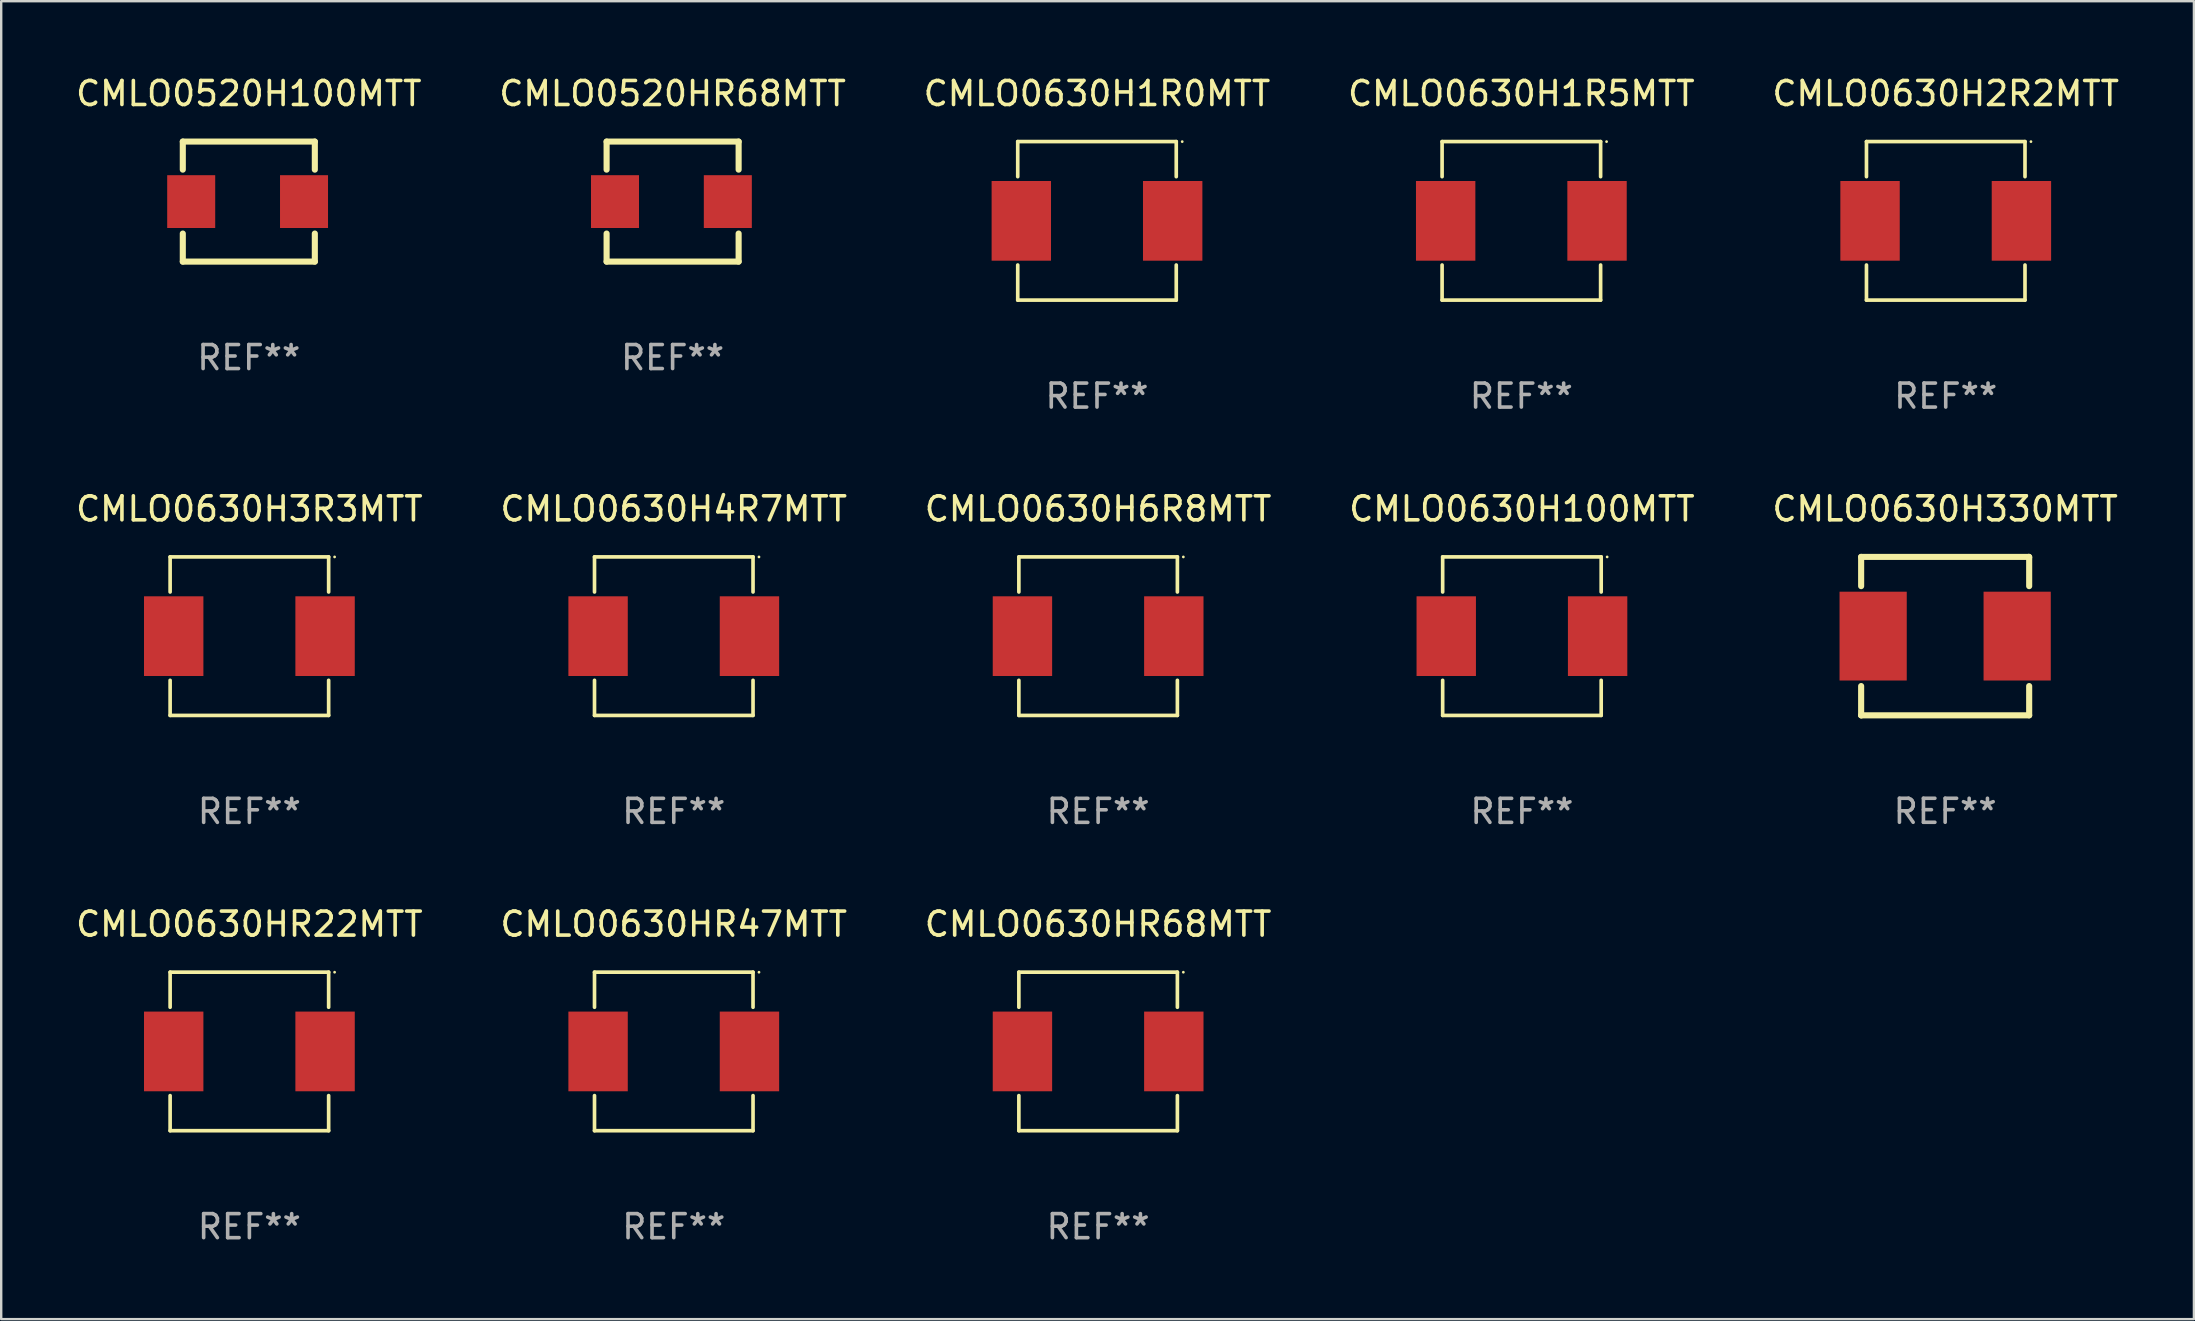
<source format=kicad_pcb>
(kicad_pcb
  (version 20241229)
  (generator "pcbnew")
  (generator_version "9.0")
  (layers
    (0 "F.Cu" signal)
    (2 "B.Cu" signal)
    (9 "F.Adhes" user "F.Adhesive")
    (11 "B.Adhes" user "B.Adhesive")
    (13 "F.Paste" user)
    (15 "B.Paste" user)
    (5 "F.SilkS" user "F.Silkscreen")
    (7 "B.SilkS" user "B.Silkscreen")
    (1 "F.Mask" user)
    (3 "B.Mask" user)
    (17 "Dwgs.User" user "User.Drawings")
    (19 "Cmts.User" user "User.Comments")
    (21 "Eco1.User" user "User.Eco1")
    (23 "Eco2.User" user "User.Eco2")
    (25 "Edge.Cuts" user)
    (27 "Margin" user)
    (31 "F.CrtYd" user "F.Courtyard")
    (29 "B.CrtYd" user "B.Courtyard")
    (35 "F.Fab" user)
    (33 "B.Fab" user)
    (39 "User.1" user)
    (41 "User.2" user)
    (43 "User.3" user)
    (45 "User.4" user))
  (footprint "CMLO0520H100MTT"
    (layer "F.Cu")
    (at 7.315 5.348)
    (property "Reference" "CMLO0520H100MTT" (at 0 -4.5 0) (layer "F.SilkS") (effects (font (size 1 1) (thickness 0.15))))
    (attr through_hole)
    (fp_line (start -2.75 -2.5) (end 2.75 -2.5) (stroke (width 0.254) (type solid)) (layer "F.SilkS"))
    (fp_line (start -2.75 -1.331) (end -2.75 -2.5) (stroke (width 0.254) (type solid)) (layer "F.SilkS"))
    (fp_line (start -2.75 2.5) (end -2.75 1.331) (stroke (width 0.254) (type solid)) (layer "F.SilkS"))
    (fp_line (start 2.75 -1.331) (end 2.75 -2.5) (stroke (width 0.254) (type solid)) (layer "F.SilkS"))
    (fp_line (start 2.75 2.5) (end -2.75 2.5) (stroke (width 0.254) (type solid)) (layer "F.SilkS"))
    (fp_line (start 2.75 2.5) (end 2.75 1.331) (stroke (width 0.254) (type solid)) (layer "F.SilkS"))
    (fp_circle (center -2.8 2.5) (end -2.77 2.5) (stroke (width 0.06) (type solid)) (fill no) (layer "F.SilkS"))
    (fp_text user "REF**" (at 0 6.5 0) (layer "F.Fab") (effects (font (size 1 1) (thickness 0.15))))
    (pad "1" smd rect (at -2.4 0 90) (size 2.2 2) (layers "F.Cu" "F.Mask" "F.Paste"))
    (pad "2" smd rect (at 2.3 0 90) (size 2.2 2) (layers "F.Cu" "F.Mask" "F.Paste")))
  (footprint "CMLO0630H1R5MTT"
    (layer "F.Cu")
    (at 60.327 6.15)
    (property "Reference" "CMLO0630H1R5MTT" (at 0 -5.302 0) (layer "F.SilkS") (effects (font (size 1 1) (thickness 0.15))))
    (attr through_hole)
    (fp_line (start -3.302 -3.302) (end -3.302 -1.84) (stroke (width 0.152) (type solid)) (layer "F.SilkS"))
    (fp_line (start -3.302 1.84) (end -3.302 3.302) (stroke (width 0.152) (type solid)) (layer "F.SilkS"))
    (fp_line (start -3.302 3.302) (end 3.302 3.302) (stroke (width 0.152) (type solid)) (layer "F.SilkS"))
    (fp_line (start 3.302 -3.302) (end -3.302 -3.302) (stroke (width 0.152) (type solid)) (layer "F.SilkS"))
    (fp_line (start 3.302 -1.84) (end 3.302 -3.302) (stroke (width 0.152) (type solid)) (layer "F.SilkS"))
    (fp_line (start 3.302 3.302) (end 3.302 1.84) (stroke (width 0.152) (type solid)) (layer "F.SilkS"))
    (fp_circle (center 3.55 -3.3) (end 3.58 -3.3) (stroke (width 0.06) (type solid)) (fill no) (layer "F.SilkS"))
    (fp_text user "REF**" (at 0 7.302 0) (layer "F.Fab") (effects (font (size 1 1) (thickness 0.15))))
    (pad "1" smd rect (at 3.153 0) (size 2.474 3.32) (layers "F.Cu" "F.Mask" "F.Paste"))
    (pad "2" smd rect (at -3.153 0) (size 2.474 3.32) (layers "F.Cu" "F.Mask" "F.Paste")))
  (footprint "CMLO0630HR22MTT"
    (layer "F.Cu")
    (at 7.339 40.751)
    (property "Reference" "CMLO0630HR22MTT" (at 0 -5.302 0) (layer "F.SilkS") (effects (font (size 1 1) (thickness 0.15))))
    (attr through_hole)
    (fp_line (start -3.302 -3.302) (end -3.302 -1.84) (stroke (width 0.152) (type solid)) (layer "F.SilkS"))
    (fp_line (start -3.302 1.84) (end -3.302 3.302) (stroke (width 0.152) (type solid)) (layer "F.SilkS"))
    (fp_line (start -3.302 3.302) (end 3.302 3.302) (stroke (width 0.152) (type solid)) (layer "F.SilkS"))
    (fp_line (start 3.302 -3.302) (end -3.302 -3.302) (stroke (width 0.152) (type solid)) (layer "F.SilkS"))
    (fp_line (start 3.302 -1.84) (end 3.302 -3.302) (stroke (width 0.152) (type solid)) (layer "F.SilkS"))
    (fp_line (start 3.302 3.302) (end 3.302 1.84) (stroke (width 0.152) (type solid)) (layer "F.SilkS"))
    (fp_circle (center 3.55 -3.3) (end 3.58 -3.3) (stroke (width 0.06) (type solid)) (fill no) (layer "F.SilkS"))
    (fp_text user "REF**" (at 0 7.302 0) (layer "F.Fab") (effects (font (size 1 1) (thickness 0.15))))
    (pad "1" smd rect (at 3.153 0) (size 2.474 3.32) (layers "F.Cu" "F.Mask" "F.Paste"))
    (pad "2" smd rect (at -3.153 0) (size 2.474 3.32) (layers "F.Cu" "F.Mask" "F.Paste")))
  (footprint "CMLO0630H4R7MTT"
    (layer "F.Cu")
    (at 25.018 23.451)
    (property "Reference" "CMLO0630H4R7MTT" (at 0 -5.302 0) (layer "F.SilkS") (effects (font (size 1 1) (thickness 0.15))))
    (attr through_hole)
    (fp_line (start -3.302 -3.302) (end -3.302 -1.84) (stroke (width 0.152) (type solid)) (layer "F.SilkS"))
    (fp_line (start -3.302 1.84) (end -3.302 3.302) (stroke (width 0.152) (type solid)) (layer "F.SilkS"))
    (fp_line (start -3.302 3.302) (end 3.302 3.302) (stroke (width 0.152) (type solid)) (layer "F.SilkS"))
    (fp_line (start 3.302 -3.302) (end -3.302 -3.302) (stroke (width 0.152) (type solid)) (layer "F.SilkS"))
    (fp_line (start 3.302 -1.84) (end 3.302 -3.302) (stroke (width 0.152) (type solid)) (layer "F.SilkS"))
    (fp_line (start 3.302 3.302) (end 3.302 1.84) (stroke (width 0.152) (type solid)) (layer "F.SilkS"))
    (fp_circle (center 3.55 -3.3) (end 3.58 -3.3) (stroke (width 0.06) (type solid)) (fill no) (layer "F.SilkS"))
    (fp_text user "REF**" (at 0 7.302 0) (layer "F.Fab") (effects (font (size 1 1) (thickness 0.15))))
    (pad "1" smd rect (at 3.153 0) (size 2.474 3.32) (layers "F.Cu" "F.Mask" "F.Paste"))
    (pad "2" smd rect (at -3.153 0) (size 2.474 3.32) (layers "F.Cu" "F.Mask" "F.Paste")))
  (footprint "CMLO0520HR68MTT"
    (layer "F.Cu")
    (at 24.97 5.348)
    (property "Reference" "CMLO0520HR68MTT" (at 0 -4.5 0) (layer "F.SilkS") (effects (font (size 1 1) (thickness 0.15))))
    (attr through_hole)
    (fp_line (start -2.75 -2.5) (end 2.75 -2.5) (stroke (width 0.254) (type solid)) (layer "F.SilkS"))
    (fp_line (start -2.75 -1.331) (end -2.75 -2.5) (stroke (width 0.254) (type solid)) (layer "F.SilkS"))
    (fp_line (start -2.75 2.5) (end -2.75 1.331) (stroke (width 0.254) (type solid)) (layer "F.SilkS"))
    (fp_line (start 2.75 -1.331) (end 2.75 -2.5) (stroke (width 0.254) (type solid)) (layer "F.SilkS"))
    (fp_line (start 2.75 2.5) (end -2.75 2.5) (stroke (width 0.254) (type solid)) (layer "F.SilkS"))
    (fp_line (start 2.75 2.5) (end 2.75 1.331) (stroke (width 0.254) (type solid)) (layer "F.SilkS"))
    (fp_circle (center -2.8 2.5) (end -2.77 2.5) (stroke (width 0.06) (type solid)) (fill no) (layer "F.SilkS"))
    (fp_text user "REF**" (at 0 6.5 0) (layer "F.Fab") (effects (font (size 1 1) (thickness 0.15))))
    (pad "1" smd rect (at -2.4 0 90) (size 2.2 2) (layers "F.Cu" "F.Mask" "F.Paste"))
    (pad "2" smd rect (at 2.3 0 90) (size 2.2 2) (layers "F.Cu" "F.Mask" "F.Paste")))
  (footprint "CMLO0630H2R2MTT"
    (layer "F.Cu")
    (at 78.006 6.15)
    (property "Reference" "CMLO0630H2R2MTT" (at 0 -5.302 0) (layer "F.SilkS") (effects (font (size 1 1) (thickness 0.15))))
    (attr through_hole)
    (fp_line (start -3.302 -3.302) (end -3.302 -1.84) (stroke (width 0.152) (type solid)) (layer "F.SilkS"))
    (fp_line (start -3.302 1.84) (end -3.302 3.302) (stroke (width 0.152) (type solid)) (layer "F.SilkS"))
    (fp_line (start -3.302 3.302) (end 3.302 3.302) (stroke (width 0.152) (type solid)) (layer "F.SilkS"))
    (fp_line (start 3.302 -3.302) (end -3.302 -3.302) (stroke (width 0.152) (type solid)) (layer "F.SilkS"))
    (fp_line (start 3.302 -1.84) (end 3.302 -3.302) (stroke (width 0.152) (type solid)) (layer "F.SilkS"))
    (fp_line (start 3.302 3.302) (end 3.302 1.84) (stroke (width 0.152) (type solid)) (layer "F.SilkS"))
    (fp_circle (center 3.55 -3.3) (end 3.58 -3.3) (stroke (width 0.06) (type solid)) (fill no) (layer "F.SilkS"))
    (fp_text user "REF**" (at 0 7.302 0) (layer "F.Fab") (effects (font (size 1 1) (thickness 0.15))))
    (pad "1" smd rect (at 3.153 0) (size 2.474 3.32) (layers "F.Cu" "F.Mask" "F.Paste"))
    (pad "2" smd rect (at -3.153 0) (size 2.474 3.32) (layers "F.Cu" "F.Mask" "F.Paste")))
  (footprint "CMLO0630HR47MTT"
    (layer "F.Cu")
    (at 25.018 40.751)
    (property "Reference" "CMLO0630HR47MTT" (at 0 -5.302 0) (layer "F.SilkS") (effects (font (size 1 1) (thickness 0.15))))
    (attr through_hole)
    (fp_line (start -3.302 -3.302) (end -3.302 -1.84) (stroke (width 0.152) (type solid)) (layer "F.SilkS"))
    (fp_line (start -3.302 1.84) (end -3.302 3.302) (stroke (width 0.152) (type solid)) (layer "F.SilkS"))
    (fp_line (start -3.302 3.302) (end 3.302 3.302) (stroke (width 0.152) (type solid)) (layer "F.SilkS"))
    (fp_line (start 3.302 -3.302) (end -3.302 -3.302) (stroke (width 0.152) (type solid)) (layer "F.SilkS"))
    (fp_line (start 3.302 -1.84) (end 3.302 -3.302) (stroke (width 0.152) (type solid)) (layer "F.SilkS"))
    (fp_line (start 3.302 3.302) (end 3.302 1.84) (stroke (width 0.152) (type solid)) (layer "F.SilkS"))
    (fp_circle (center 3.55 -3.3) (end 3.58 -3.3) (stroke (width 0.06) (type solid)) (fill no) (layer "F.SilkS"))
    (fp_text user "REF**" (at 0 7.302 0) (layer "F.Fab") (effects (font (size 1 1) (thickness 0.15))))
    (pad "1" smd rect (at 3.153 0) (size 2.474 3.32) (layers "F.Cu" "F.Mask" "F.Paste"))
    (pad "2" smd rect (at -3.153 0) (size 2.474 3.32) (layers "F.Cu" "F.Mask" "F.Paste")))
  (footprint "CMLO0630HR68MTT"
    (layer "F.Cu")
    (at 42.696 40.751)
    (property "Reference" "CMLO0630HR68MTT" (at 0 -5.302 0) (layer "F.SilkS") (effects (font (size 1 1) (thickness 0.15))))
    (attr through_hole)
    (fp_line (start -3.302 -3.302) (end -3.302 -1.84) (stroke (width 0.152) (type solid)) (layer "F.SilkS"))
    (fp_line (start -3.302 1.84) (end -3.302 3.302) (stroke (width 0.152) (type solid)) (layer "F.SilkS"))
    (fp_line (start -3.302 3.302) (end 3.302 3.302) (stroke (width 0.152) (type solid)) (layer "F.SilkS"))
    (fp_line (start 3.302 -3.302) (end -3.302 -3.302) (stroke (width 0.152) (type solid)) (layer "F.SilkS"))
    (fp_line (start 3.302 -1.84) (end 3.302 -3.302) (stroke (width 0.152) (type solid)) (layer "F.SilkS"))
    (fp_line (start 3.302 3.302) (end 3.302 1.84) (stroke (width 0.152) (type solid)) (layer "F.SilkS"))
    (fp_circle (center 3.55 -3.3) (end 3.58 -3.3) (stroke (width 0.06) (type solid)) (fill no) (layer "F.SilkS"))
    (fp_text user "REF**" (at 0 7.302 0) (layer "F.Fab") (effects (font (size 1 1) (thickness 0.15))))
    (pad "1" smd rect (at 3.153 0) (size 2.474 3.32) (layers "F.Cu" "F.Mask" "F.Paste"))
    (pad "2" smd rect (at -3.153 0) (size 2.474 3.32) (layers "F.Cu" "F.Mask" "F.Paste")))
  (footprint "CMLO0630H330MTT"
    (layer "F.Cu")
    (at 77.982 23.449)
    (property "Reference" "CMLO0630H330MTT" (at 0 -5.3 0) (layer "F.SilkS") (effects (font (size 1 1) (thickness 0.15))))
    (attr through_hole)
    (fp_line (start -3.5 -3.3) (end 3.48 -3.3) (stroke (width 0.254) (type solid)) (layer "F.SilkS"))
    (fp_line (start -3.5 -2.081) (end -3.5 -3.3) (stroke (width 0.254) (type solid)) (layer "F.SilkS"))
    (fp_line (start -3.5 3.3) (end -3.5 2.081) (stroke (width 0.254) (type solid)) (layer "F.SilkS"))
    (fp_line (start -3.49 3.3) (end -3.5 3.3) (stroke (width 0.254) (type solid)) (layer "F.SilkS"))
    (fp_line (start 3.48 -3.3) (end 3.5 -3.28) (stroke (width 0.254) (type solid)) (layer "F.SilkS"))
    (fp_line (start 3.5 -3.3) (end 3.5 -2.081) (stroke (width 0.254) (type solid)) (layer "F.SilkS"))
    (fp_line (start 3.5 2.081) (end 3.5 3.3) (stroke (width 0.254) (type solid)) (layer "F.SilkS"))
    (fp_line (start 3.5 3.3) (end -3.49 3.3) (stroke (width 0.254) (type solid)) (layer "F.SilkS"))
    (fp_circle (center -3.5 3.3) (end -3.47 3.3) (stroke (width 0.06) (type solid)) (fill no) (layer "F.SilkS"))
    (fp_text user "REF**" (at 0 7.3 0) (layer "F.Fab") (effects (font (size 1 1) (thickness 0.15))))
    (pad "1" smd rect (at -3 0) (size 2.8 3.7) (layers "F.Cu" "F.Mask" "F.Paste"))
    (pad "2" smd rect (at 3 0) (size 2.8 3.7) (layers "F.Cu" "F.Mask" "F.Paste")))
  (footprint "CMLO0630H1R0MTT"
    (layer "F.Cu")
    (at 42.649 6.15)
    (property "Reference" "CMLO0630H1R0MTT" (at 0 -5.302 0) (layer "F.SilkS") (effects (font (size 1 1) (thickness 0.15))))
    (attr through_hole)
    (fp_line (start -3.302 -3.302) (end -3.302 -1.84) (stroke (width 0.152) (type solid)) (layer "F.SilkS"))
    (fp_line (start -3.302 1.84) (end -3.302 3.302) (stroke (width 0.152) (type solid)) (layer "F.SilkS"))
    (fp_line (start -3.302 3.302) (end 3.302 3.302) (stroke (width 0.152) (type solid)) (layer "F.SilkS"))
    (fp_line (start 3.302 -3.302) (end -3.302 -3.302) (stroke (width 0.152) (type solid)) (layer "F.SilkS"))
    (fp_line (start 3.302 -1.84) (end 3.302 -3.302) (stroke (width 0.152) (type solid)) (layer "F.SilkS"))
    (fp_line (start 3.302 3.302) (end 3.302 1.84) (stroke (width 0.152) (type solid)) (layer "F.SilkS"))
    (fp_circle (center 3.55 -3.3) (end 3.58 -3.3) (stroke (width 0.06) (type solid)) (fill no) (layer "F.SilkS"))
    (fp_text user "REF**" (at 0 7.302 0) (layer "F.Fab") (effects (font (size 1 1) (thickness 0.15))))
    (pad "1" smd rect (at 3.153 0) (size 2.474 3.32) (layers "F.Cu" "F.Mask" "F.Paste"))
    (pad "2" smd rect (at -3.153 0) (size 2.474 3.32) (layers "F.Cu" "F.Mask" "F.Paste")))
  (footprint "CMLO0630H3R3MTT"
    (layer "F.Cu")
    (at 7.339 23.451)
    (property "Reference" "CMLO0630H3R3MTT" (at 0 -5.302 0) (layer "F.SilkS") (effects (font (size 1 1) (thickness 0.15))))
    (attr through_hole)
    (fp_line (start -3.302 -3.302) (end -3.302 -1.84) (stroke (width 0.152) (type solid)) (layer "F.SilkS"))
    (fp_line (start -3.302 1.84) (end -3.302 3.302) (stroke (width 0.152) (type solid)) (layer "F.SilkS"))
    (fp_line (start -3.302 3.302) (end 3.302 3.302) (stroke (width 0.152) (type solid)) (layer "F.SilkS"))
    (fp_line (start 3.302 -3.302) (end -3.302 -3.302) (stroke (width 0.152) (type solid)) (layer "F.SilkS"))
    (fp_line (start 3.302 -1.84) (end 3.302 -3.302) (stroke (width 0.152) (type solid)) (layer "F.SilkS"))
    (fp_line (start 3.302 3.302) (end 3.302 1.84) (stroke (width 0.152) (type solid)) (layer "F.SilkS"))
    (fp_circle (center 3.55 -3.3) (end 3.58 -3.3) (stroke (width 0.06) (type solid)) (fill no) (layer "F.SilkS"))
    (fp_text user "REF**" (at 0 7.302 0) (layer "F.Fab") (effects (font (size 1 1) (thickness 0.15))))
    (pad "1" smd rect (at 3.153 0) (size 2.474 3.32) (layers "F.Cu" "F.Mask" "F.Paste"))
    (pad "2" smd rect (at -3.153 0) (size 2.474 3.32) (layers "F.Cu" "F.Mask" "F.Paste")))
  (footprint "CMLO0630H100MTT"
    (layer "F.Cu")
    (at 60.351 23.451)
    (property "Reference" "CMLO0630H100MTT" (at 0 -5.302 0) (layer "F.SilkS") (effects (font (size 1 1) (thickness 0.15))))
    (attr through_hole)
    (fp_line (start -3.302 -3.302) (end -3.302 -1.84) (stroke (width 0.152) (type solid)) (layer "F.SilkS"))
    (fp_line (start -3.302 1.84) (end -3.302 3.302) (stroke (width 0.152) (type solid)) (layer "F.SilkS"))
    (fp_line (start -3.302 3.302) (end 3.302 3.302) (stroke (width 0.152) (type solid)) (layer "F.SilkS"))
    (fp_line (start 3.302 -3.302) (end -3.302 -3.302) (stroke (width 0.152) (type solid)) (layer "F.SilkS"))
    (fp_line (start 3.302 -1.84) (end 3.302 -3.302) (stroke (width 0.152) (type solid)) (layer "F.SilkS"))
    (fp_line (start 3.302 3.302) (end 3.302 1.84) (stroke (width 0.152) (type solid)) (layer "F.SilkS"))
    (fp_circle (center 3.55 -3.3) (end 3.58 -3.3) (stroke (width 0.06) (type solid)) (fill no) (layer "F.SilkS"))
    (fp_text user "REF**" (at 0 7.302 0) (layer "F.Fab") (effects (font (size 1 1) (thickness 0.15))))
    (pad "1" smd rect (at 3.153 0) (size 2.474 3.32) (layers "F.Cu" "F.Mask" "F.Paste"))
    (pad "2" smd rect (at -3.153 0) (size 2.474 3.32) (layers "F.Cu" "F.Mask" "F.Paste")))
  (footprint "CMLO0630H6R8MTT"
    (layer "F.Cu")
    (at 42.696 23.451)
    (property "Reference" "CMLO0630H6R8MTT" (at 0 -5.302 0) (layer "F.SilkS") (effects (font (size 1 1) (thickness 0.15))))
    (attr through_hole)
    (fp_line (start -3.302 -3.302) (end -3.302 -1.84) (stroke (width 0.152) (type solid)) (layer "F.SilkS"))
    (fp_line (start -3.302 1.84) (end -3.302 3.302) (stroke (width 0.152) (type solid)) (layer "F.SilkS"))
    (fp_line (start -3.302 3.302) (end 3.302 3.302) (stroke (width 0.152) (type solid)) (layer "F.SilkS"))
    (fp_line (start 3.302 -3.302) (end -3.302 -3.302) (stroke (width 0.152) (type solid)) (layer "F.SilkS"))
    (fp_line (start 3.302 -1.84) (end 3.302 -3.302) (stroke (width 0.152) (type solid)) (layer "F.SilkS"))
    (fp_line (start 3.302 3.302) (end 3.302 1.84) (stroke (width 0.152) (type solid)) (layer "F.SilkS"))
    (fp_circle (center 3.55 -3.3) (end 3.58 -3.3) (stroke (width 0.06) (type solid)) (fill no) (layer "F.SilkS"))
    (fp_text user "REF**" (at 0 7.302 0) (layer "F.Fab") (effects (font (size 1 1) (thickness 0.15))))
    (pad "1" smd rect (at 3.153 0) (size 2.474 3.32) (layers "F.Cu" "F.Mask" "F.Paste"))
    (pad "2" smd rect (at -3.153 0) (size 2.474 3.32) (layers "F.Cu" "F.Mask" "F.Paste")))
  (gr_rect
    (start -3 -3)
    (end 88.345 51.902)
    (stroke (width 0.1) (type default))
    (fill no)
    (layer "Edge.Cuts")))
</source>
